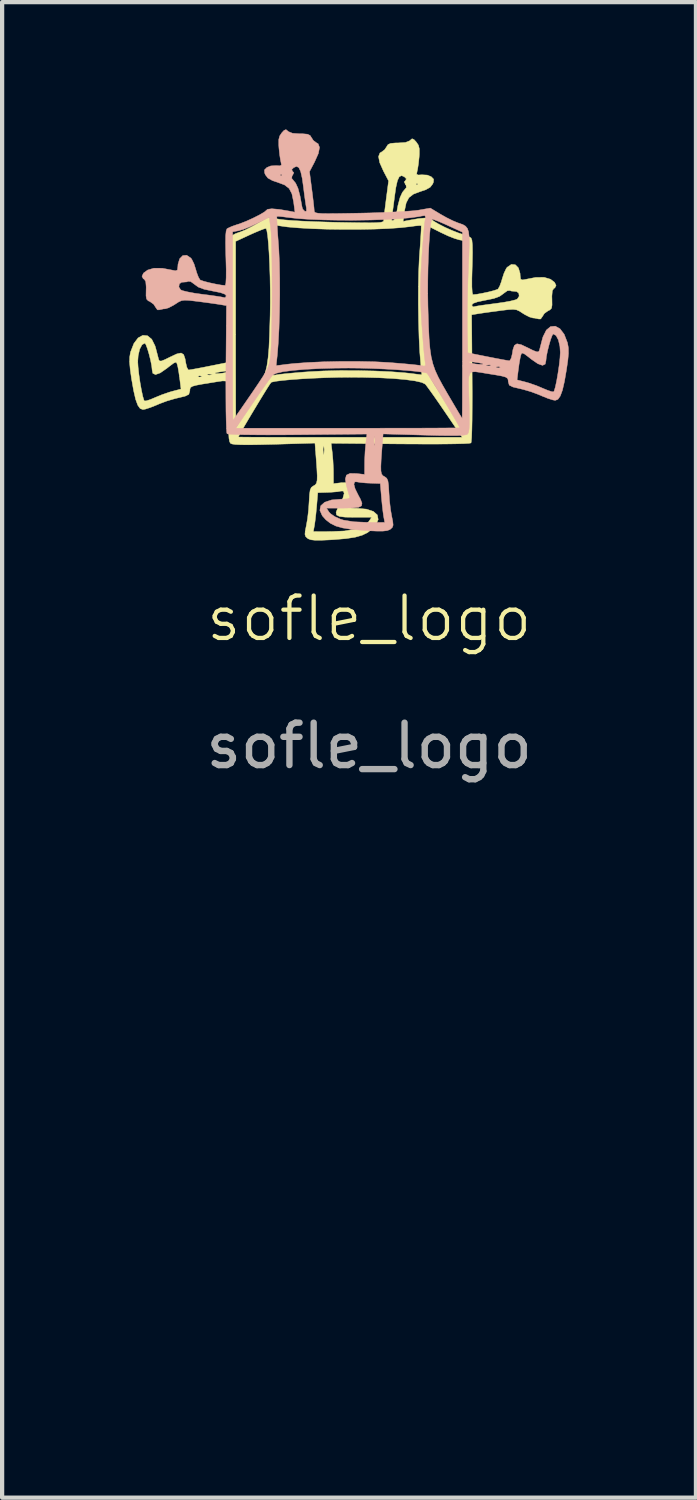
<source format=kicad_pcb>
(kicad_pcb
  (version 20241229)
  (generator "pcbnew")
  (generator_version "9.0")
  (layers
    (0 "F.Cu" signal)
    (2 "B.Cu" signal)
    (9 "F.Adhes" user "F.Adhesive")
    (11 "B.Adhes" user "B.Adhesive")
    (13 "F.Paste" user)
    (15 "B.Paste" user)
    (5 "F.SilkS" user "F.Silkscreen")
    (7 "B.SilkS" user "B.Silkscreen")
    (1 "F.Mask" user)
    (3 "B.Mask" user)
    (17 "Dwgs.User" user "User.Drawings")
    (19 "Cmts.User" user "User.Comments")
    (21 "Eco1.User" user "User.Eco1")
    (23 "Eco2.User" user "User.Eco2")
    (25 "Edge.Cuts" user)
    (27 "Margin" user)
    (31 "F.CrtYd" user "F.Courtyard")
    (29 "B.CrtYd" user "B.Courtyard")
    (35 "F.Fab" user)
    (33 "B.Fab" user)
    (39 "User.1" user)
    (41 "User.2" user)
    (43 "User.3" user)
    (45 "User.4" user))
  (footprint "sofle_logo"
    (layer "F.Cu")
    (at 5.655 29.012)
    (property "Reference" "sofle_logo" (at 0 -17.478 0) (unlocked yes) (layer "F.SilkS") (effects (font (size 1 1) (thickness 0.1))))
    (fp_poly (pts (xy 1.058 -28.77) (xy 1.109 -28.714) (xy 1.16 -28.64) (xy 1.182 -28.553) (xy 1.182 -28.425) (xy 1.177 -28.354) (xy 1.161 -28.201) (xy 1.141 -28.072) (xy 1.128 -28.013) (xy 1.118 -27.955) (xy 1.155 -27.936) (xy 1.24 -27.941) (xy 1.37 -27.934) (xy 1.463 -27.895) (xy 1.519 -27.838) (xy 1.515 -27.769) (xy 1.497 -27.725) (xy 1.438 -27.648) (xy 1.33 -27.587) (xy 1.211 -27.548) (xy 1.045 -27.486) (xy 0.937 -27.403) (xy 0.872 -27.279) (xy 0.833 -27.093) (xy 0.829 -27.069) (xy 0.8 -26.842) (xy 0.921 -26.866) (xy 1.169 -26.909) (xy 1.344 -26.924) (xy 1.443 -26.911) (xy 1.463 -26.896) (xy 1.521 -26.847) (xy 1.637 -26.779) (xy 1.787 -26.702) (xy 1.951 -26.629) (xy 2.105 -26.569) (xy 2.163 -26.55) (xy 2.288 -26.507) (xy 2.381 -26.465) (xy 2.402 -26.45) (xy 2.422 -26.4) (xy 2.433 -26.288) (xy 2.436 -26.107) (xy 2.431 -25.852) (xy 2.428 -25.761) (xy 2.421 -25.498) (xy 2.421 -25.299) (xy 2.429 -25.169) (xy 2.443 -25.116) (xy 2.446 -25.115) (xy 2.539 -25.124) (xy 2.672 -25.148) (xy 2.817 -25.179) (xy 2.944 -25.212) (xy 3.025 -25.24) (xy 3.037 -25.247) (xy 3.075 -25.31) (xy 3.117 -25.423) (xy 3.135 -25.487) (xy 3.179 -25.622) (xy 3.231 -25.731) (xy 3.253 -25.761) (xy 3.352 -25.828) (xy 3.445 -25.82) (xy 3.518 -25.746) (xy 3.557 -25.616) (xy 3.56 -25.558) (xy 3.571 -25.478) (xy 3.618 -25.462) (xy 3.666 -25.471) (xy 3.925 -25.521) (xy 4.125 -25.523) (xy 4.273 -25.479) (xy 4.369 -25.407) (xy 4.406 -25.333) (xy 4.377 -25.274) (xy 4.353 -25.261) (xy 4.318 -25.208) (xy 4.307 -25.079) (xy 4.309 -25.007) (xy 4.311 -24.87) (xy 4.298 -24.794) (xy 4.259 -24.754) (xy 4.219 -24.735) (xy 4.129 -24.671) (xy 4.089 -24.607) (xy 4.043 -24.541) (xy 3.998 -24.541) (xy 3.899 -24.562) (xy 3.859 -24.565) (xy 3.78 -24.588) (xy 3.669 -24.645) (xy 3.621 -24.675) (xy 3.541 -24.727) (xy 3.474 -24.757) (xy 3.396 -24.768) (xy 3.284 -24.762) (xy 3.116 -24.742) (xy 3.075 -24.736) (xy 2.886 -24.711) (xy 2.712 -24.687) (xy 2.584 -24.668) (xy 2.554 -24.663) (xy 2.415 -24.64) (xy 2.427 -23.148) (xy 2.429 -22.778) (xy 2.428 -22.445) (xy 2.426 -22.156) (xy 2.421 -21.921) (xy 2.415 -21.747) (xy 2.406 -21.644) (xy 2.4 -21.618) (xy 2.349 -21.609) (xy 2.222 -21.602) (xy 2.025 -21.597) (xy 1.768 -21.593) (xy 1.456 -21.592) (xy 1.1 -21.593) (xy 0.732 -21.595) (xy -0.898 -21.611) (xy -0.87 -21.384) (xy -0.854 -21.203) (xy -0.844 -21.001) (xy -0.843 -20.908) (xy -0.842 -20.659) (xy -0.653 -20.681) (xy -0.499 -20.684) (xy -0.414 -20.644) (xy -0.389 -20.55) (xy -0.413 -20.401) (xy -0.448 -20.271) (xy -0.478 -20.169) (xy -0.486 -20.146) (xy -0.489 -20.106) (xy -0.447 -20.085) (xy -0.342 -20.078) (xy -0.295 -20.078) (xy -0.066 -20.058) (xy 0.098 -20.004) (xy 0.192 -19.921) (xy 0.212 -19.813) (xy 0.155 -19.685) (xy 0.071 -19.591) (xy -0.037 -19.506) (xy -0.166 -19.443) (xy -0.33 -19.396) (xy -0.546 -19.363) (xy -0.828 -19.339) (xy -0.909 -19.334) (xy -1.126 -19.324) (xy -1.276 -19.324) (xy -1.373 -19.335) (xy -1.436 -19.358) (xy -1.453 -19.369) (xy -1.499 -19.412) (xy -1.515 -19.465) (xy -1.509 -19.527) (xy -1.318 -19.527) (xy -0.9 -19.529) (xy -0.582 -19.543) (xy -0.341 -19.583) (xy -0.275 -19.603) (xy -0.142 -19.663) (xy -0.037 -19.735) (xy -0.005 -19.771) (xy 0.057 -19.866) (xy -0.352 -19.866) (xy -0.564 -19.869) (xy -0.7 -19.885) (xy -0.77 -19.92) (xy -0.781 -19.982) (xy -0.743 -20.079) (xy -0.696 -20.165) (xy -0.619 -20.322) (xy -0.59 -20.431) (xy -0.611 -20.484) (xy -0.662 -20.484) (xy -0.745 -20.469) (xy -0.877 -20.458) (xy -0.974 -20.453) (xy -1.212 -20.446) (xy -1.239 -20.124) (xy -1.256 -19.946) (xy -1.275 -19.783) (xy -1.291 -19.669) (xy -1.292 -19.665) (xy -1.318 -19.527) (xy -1.509 -19.527) (xy -1.506 -19.555) (xy -1.483 -19.668) (xy -1.454 -19.833) (xy -1.43 -20.038) (xy -1.417 -20.234) (xy -1.407 -20.404) (xy -1.392 -20.509) (xy -1.365 -20.569) (xy -1.321 -20.602) (xy -1.313 -20.606) (xy -1.271 -20.632) (xy -1.243 -20.671) (xy -1.228 -20.739) (xy -1.226 -20.848) (xy -1.234 -21.013) (xy -1.251 -21.248) (xy -1.252 -21.259) (xy -1.267 -21.453) (xy -1.086 -21.453) (xy -1.082 -21.366) (xy -1.073 -21.344) (xy -1.067 -21.358) (xy -1.059 -21.459) (xy -1.066 -21.527) (xy -1.078 -21.55) (xy -1.085 -21.5) (xy -1.086 -21.453) (xy -1.267 -21.453) (xy -1.279 -21.615) (xy -2.247 -21.586) (xy -2.58 -21.578) (xy -2.836 -21.574) (xy -3.025 -21.576) (xy -3.155 -21.582) (xy -3.235 -21.594) (xy -3.271 -21.61) (xy -3.292 -21.649) (xy -3.306 -21.727) (xy -3.308 -21.758) (xy -3.086 -21.758) (xy -3.045 -21.757) (xy -2.926 -21.755) (xy -2.737 -21.754) (xy -2.485 -21.753) (xy -2.177 -21.752) (xy -1.82 -21.751) (xy -1.422 -21.75) (xy -0.989 -21.75) (xy -0.529 -21.75) (xy -0.446 -21.75) (xy 2.194 -21.75) (xy 1.791 -22.342) (xy 1.653 -22.544) (xy 1.527 -22.725) (xy 1.422 -22.872) (xy 1.349 -22.971) (xy 1.321 -23.005) (xy 1.239 -23.045) (xy 1.082 -23.081) (xy 0.856 -23.112) (xy 0.571 -23.137) (xy 0.234 -23.155) (xy -0.145 -23.165) (xy -0.464 -23.168) (xy -0.733 -23.165) (xy -1.018 -23.157) (xy -1.306 -23.145) (xy -1.582 -23.13) (xy -1.834 -23.112) (xy -2.046 -23.092) (xy -2.206 -23.072) (xy -2.299 -23.052) (xy -2.313 -23.045) (xy -2.342 -23.005) (xy -2.405 -22.907) (xy -2.493 -22.765) (xy -2.598 -22.593) (xy -2.71 -22.407) (xy -2.822 -22.22) (xy -2.924 -22.048) (xy -3.008 -21.903) (xy -3.065 -21.802) (xy -3.086 -21.758) (xy -3.086 -21.758) (xy -3.308 -21.758) (xy -3.313 -21.855) (xy -3.314 -22.043) (xy -3.308 -22.303) (xy -3.306 -22.373) (xy -3.298 -22.64) (xy -3.294 -22.834) (xy -3.301 -22.964) (xy -3.326 -23.042) (xy -3.375 -23.077) (xy -3.456 -23.081) (xy -3.575 -23.064) (xy -3.721 -23.04) (xy -3.934 -23.006) (xy -4.077 -22.979) (xy -4.165 -22.955) (xy -4.21 -22.928) (xy -4.226 -22.892) (xy -4.229 -22.848) (xy -4.253 -22.764) (xy -4.338 -22.722) (xy -4.345 -22.72) (xy -4.581 -22.663) (xy -4.766 -22.609) (xy -4.933 -22.547) (xy -5.024 -22.508) (xy -5.163 -22.453) (xy -5.281 -22.415) (xy -5.337 -22.406) (xy -5.401 -22.43) (xy -5.456 -22.507) (xy -5.507 -22.646) (xy -5.555 -22.854) (xy -5.604 -23.132) (xy -5.635 -23.355) (xy -5.65 -23.517) (xy -5.65 -23.538) (xy -5.457 -23.538) (xy -5.449 -23.406) (xy -5.43 -23.234) (xy -5.403 -23.047) (xy -5.371 -22.867) (xy -5.339 -22.717) (xy -5.31 -22.623) (xy -5.304 -22.61) (xy -5.259 -22.61) (xy -5.162 -22.641) (xy -5.065 -22.682) (xy -4.896 -22.752) (xy -4.717 -22.814) (xy -4.641 -22.836) (xy -4.437 -22.889) (xy -4.466 -23.121) (xy -4.474 -23.178) (xy -4.041 -23.178) (xy -4 -23.171) (xy -3.945 -23.179) (xy -3.944 -23.193) (xy -4.001 -23.204) (xy -4.025 -23.197) (xy -4.041 -23.178) (xy -4.474 -23.178) (xy -4.48 -23.223) (xy -3.822 -23.223) (xy -3.763 -23.217) (xy -3.703 -23.224) (xy -3.71 -23.238) (xy -3.797 -23.244) (xy -3.816 -23.238) (xy -3.822 -23.223) (xy -4.48 -23.223) (xy -4.487 -23.268) (xy -3.633 -23.268) (xy -3.619 -23.255) (xy -3.551 -23.254) (xy -3.457 -23.264) (xy -3.366 -23.281) (xy -3.319 -23.296) (xy -3.294 -23.316) (xy -3.352 -23.316) (xy -3.425 -23.308) (xy -3.543 -23.29) (xy -3.619 -23.273) (xy -3.633 -23.268) (xy -4.487 -23.268) (xy -4.487 -23.272) (xy -4.51 -23.403) (xy -4.522 -23.455) (xy -4.539 -23.506) (xy -4.564 -23.522) (xy -4.616 -23.497) (xy -4.709 -23.427) (xy -4.771 -23.378) (xy -4.928 -23.269) (xy -5.038 -23.23) (xy -5.102 -23.26) (xy -5.118 -23.338) (xy -5.128 -23.434) (xy -5.154 -23.566) (xy -5.19 -23.71) (xy -5.229 -23.841) (xy -5.265 -23.937) (xy -5.29 -23.972) (xy -5.357 -23.933) (xy -5.412 -23.828) (xy -5.447 -23.677) (xy -5.457 -23.538) (xy -5.65 -23.538) (xy -5.648 -23.641) (xy -5.63 -23.748) (xy -5.625 -23.767) (xy -5.548 -23.964) (xy -5.449 -24.095) (xy -5.338 -24.156) (xy -5.227 -24.146) (xy -5.127 -24.063) (xy -5.049 -23.906) (xy -5.035 -23.859) (xy -5 -23.725) (xy -4.972 -23.617) (xy -4.964 -23.585) (xy -4.945 -23.552) (xy -4.901 -23.55) (xy -4.815 -23.584) (xy -4.692 -23.645) (xy -4.536 -23.718) (xy -4.435 -23.739) (xy -4.375 -23.702) (xy -4.341 -23.602) (xy -4.326 -23.512) (xy -4.301 -23.404) (xy -4.268 -23.344) (xy -4.255 -23.339) (xy -4.197 -23.348) (xy -4.074 -23.37) (xy -3.906 -23.402) (xy -3.742 -23.435) (xy -3.276 -23.528) (xy -3.265 -24.098) (xy -3.263 -24.329) (xy -3.265 -24.618) (xy -3.271 -24.94) (xy -3.28 -25.267) (xy -3.29 -25.534) (xy -3.303 -25.844) (xy -3.31 -26.079) (xy -3.308 -26.253) (xy -3.295 -26.371) (xy -3.149 -26.371) (xy -3.149 -24.177) (xy -3.149 -23.755) (xy -3.149 -23.359) (xy -3.148 -22.999) (xy -3.148 -22.68) (xy -3.147 -22.412) (xy -3.146 -22.202) (xy -3.145 -22.058) (xy -3.143 -21.988) (xy -3.143 -21.983) (xy -3.12 -22.017) (xy -3.063 -22.113) (xy -2.977 -22.257) (xy -2.871 -22.437) (xy -2.796 -22.565) (xy -2.677 -22.771) (xy -2.582 -22.948) (xy -2.508 -23.108) (xy -2.453 -23.265) (xy -2.412 -23.433) (xy -2.384 -23.626) (xy -2.364 -23.857) (xy -2.351 -24.141) (xy -2.34 -24.491) (xy -2.336 -24.635) (xy -2.332 -24.926) (xy -2.333 -25.23) (xy -2.338 -25.535) (xy -2.348 -25.828) (xy -2.361 -26.097) (xy -2.377 -26.329) (xy -2.395 -26.512) (xy -2.415 -26.633) (xy -2.432 -26.676) (xy -2.475 -26.668) (xy -2.577 -26.629) (xy -2.719 -26.569) (xy -2.799 -26.533) (xy -3.149 -26.371) (xy -3.295 -26.371) (xy -3.295 -26.376) (xy -3.267 -26.459) (xy -3.223 -26.513) (xy -3.159 -26.55) (xy -3.073 -26.582) (xy -3.039 -26.593) (xy -2.921 -26.641) (xy -2.768 -26.718) (xy -2.751 -26.727) (xy -2.28 -26.727) (xy -2.268 -26.656) (xy -2.257 -26.575) (xy -2.242 -26.426) (xy -2.225 -26.224) (xy -2.206 -25.987) (xy -2.19 -25.761) (xy -2.169 -25.4) (xy -2.159 -25.087) (xy -2.161 -24.785) (xy -2.175 -24.46) (xy -2.19 -24.216) (xy -2.209 -23.96) (xy -2.227 -23.726) (xy -2.244 -23.53) (xy -2.259 -23.388) (xy -2.268 -23.32) (xy -2.279 -23.236) (xy -2.251 -23.213) (xy -2.192 -23.223) (xy -2.117 -23.235) (xy -1.973 -23.251) (xy -1.78 -23.269) (xy -1.553 -23.288) (xy -1.414 -23.298) (xy -1.074 -23.316) (xy -0.688 -23.325) (xy -0.281 -23.324) (xy 0.124 -23.315) (xy 0.504 -23.298) (xy 0.835 -23.273) (xy 0.973 -23.258) (xy 1.242 -23.224) (xy 1.215 -23.482) (xy 1.192 -23.762) (xy 1.175 -24.105) (xy 1.164 -24.487) (xy 1.158 -24.886) (xy 1.158 -24.976) (xy 1.339 -24.976) (xy 1.34 -24.643) (xy 1.344 -24.324) (xy 1.349 -24.033) (xy 1.356 -23.784) (xy 1.365 -23.591) (xy 1.373 -23.499) (xy 1.387 -23.38) (xy 1.404 -23.283) (xy 1.432 -23.193) (xy 1.478 -23.095) (xy 1.549 -22.975) (xy 1.653 -22.817) (xy 1.795 -22.608) (xy 1.83 -22.557) (xy 1.967 -22.358) (xy 2.086 -22.186) (xy 2.18 -22.051) (xy 2.241 -21.966) (xy 2.261 -21.94) (xy 2.262 -21.981) (xy 2.264 -22.099) (xy 2.265 -22.286) (xy 2.266 -22.534) (xy 2.267 -22.836) (xy 2.268 -23.183) (xy 2.269 -23.567) (xy 2.269 -23.982) (xy 2.269 -24.16) (xy 2.269 -24.87) (xy 2.417 -24.87) (xy 2.446 -24.828) (xy 2.471 -24.83) (xy 2.533 -24.844) (xy 2.659 -24.864) (xy 2.829 -24.887) (xy 2.973 -24.906) (xy 3.166 -24.933) (xy 3.331 -24.963) (xy 3.449 -24.993) (xy 3.492 -25.011) (xy 3.536 -25.079) (xy 3.526 -25.151) (xy 3.47 -25.192) (xy 3.439 -25.192) (xy 3.348 -25.2) (xy 3.32 -25.212) (xy 3.257 -25.207) (xy 3.172 -25.146) (xy 3.167 -25.141) (xy 3.075 -25.075) (xy 2.94 -25.025) (xy 2.741 -24.984) (xy 2.74 -24.984) (xy 2.556 -24.946) (xy 2.451 -24.909) (xy 2.417 -24.87) (xy 2.269 -24.87) (xy 2.269 -26.38) (xy 2.124 -26.407) (xy 2.013 -26.44) (xy 1.86 -26.5) (xy 1.698 -26.576) (xy 1.693 -26.578) (xy 1.407 -26.722) (xy 1.373 -26.479) (xy 1.362 -26.358) (xy 1.353 -26.167) (xy 1.347 -25.919) (xy 1.342 -25.628) (xy 1.339 -25.309) (xy 1.339 -24.976) (xy 1.158 -24.976) (xy 1.159 -25.281) (xy 1.166 -25.649) (xy 1.18 -25.967) (xy 1.188 -26.082) (xy 1.205 -26.306) (xy 1.217 -26.498) (xy 1.225 -26.644) (xy 1.227 -26.728) (xy 1.225 -26.743) (xy 1.179 -26.744) (xy 1.075 -26.734) (xy 0.978 -26.72) (xy 0.742 -26.694) (xy 0.45 -26.673) (xy 0.116 -26.66) (xy -0.246 -26.653) (xy -0.618 -26.653) (xy -0.988 -26.658) (xy -1.339 -26.67) (xy -1.657 -26.688) (xy -1.927 -26.711) (xy -2.132 -26.74) (xy -2.192 -26.753) (xy -2.262 -26.763) (xy -2.28 -26.727) (xy -2.751 -26.727) (xy -2.639 -26.791) (xy -2.392 -26.94) (xy -2.114 -26.891) (xy -1.995 -26.877) (xy -1.806 -26.862) (xy -1.563 -26.848) (xy -1.281 -26.836) (xy -0.975 -26.826) (xy -0.747 -26.82) (xy -0.415 -26.814) (xy -0.159 -26.81) (xy 0.033 -26.809) (xy 0.168 -26.812) (xy 0.257 -26.818) (xy 0.31 -26.829) (xy 0.336 -26.845) (xy 0.344 -26.867) (xy 0.344 -26.869) (xy 0.528 -26.869) (xy 0.563 -26.861) (xy 0.615 -26.913) (xy 0.631 -26.96) (xy 0.678 -27.221) (xy 0.728 -27.407) (xy 0.783 -27.527) (xy 0.818 -27.57) (xy 0.876 -27.64) (xy 0.868 -27.697) (xy 0.855 -27.713) (xy 0.853 -27.719) (xy 1.105 -27.719) (xy 1.126 -27.698) (xy 1.147 -27.719) (xy 1.126 -27.74) (xy 1.105 -27.719) (xy 0.853 -27.719) (xy 0.826 -27.772) (xy 0.855 -27.806) (xy 0.877 -27.845) (xy 0.831 -27.892) (xy 0.763 -27.922) (xy 0.708 -27.894) (xy 0.665 -27.802) (xy 0.628 -27.638) (xy 0.6 -27.441) (xy 0.576 -27.254) (xy 0.554 -27.09) (xy 0.536 -26.974) (xy 0.53 -26.942) (xy 0.528 -26.869) (xy 0.344 -26.869) (xy 0.345 -26.878) (xy 0.351 -26.952) (xy 0.365 -27.088) (xy 0.387 -27.263) (xy 0.402 -27.378) (xy 0.457 -27.798) (xy 0.337 -28.027) (xy 0.248 -28.227) (xy 0.22 -28.37) (xy 0.253 -28.456) (xy 0.29 -28.477) (xy 0.365 -28.533) (xy 0.407 -28.597) (xy 0.443 -28.653) (xy 0.504 -28.681) (xy 0.614 -28.691) (xy 0.682 -28.692) (xy 0.857 -28.704) (xy 0.956 -28.743) (xy 0.967 -28.755) (xy 1.011 -28.791) (xy 1.058 -28.77)) (stroke (width 0.01) (type solid)) (fill yes) (layer "F.SilkS"))
    (fp_poly (pts (xy -2.009 -28.987) (xy -2.061 -28.931) (xy -2.111 -28.856) (xy -2.133 -28.77) (xy -2.133 -28.642) (xy -2.128 -28.571) (xy -2.112 -28.418) (xy -2.092 -28.289) (xy -2.079 -28.229) (xy -2.069 -28.171) (xy -2.106 -28.152) (xy -2.191 -28.158) (xy -2.321 -28.15) (xy -2.414 -28.112) (xy -2.47 -28.055) (xy -2.466 -27.985) (xy -2.448 -27.942) (xy -2.389 -27.864) (xy -2.281 -27.804) (xy -2.162 -27.764) (xy -1.996 -27.702) (xy -1.888 -27.619) (xy -1.823 -27.495) (xy -1.784 -27.309) (xy -1.78 -27.285) (xy -1.751 -27.059) (xy -1.872 -27.083) (xy -2.12 -27.125) (xy -2.295 -27.14) (xy -2.395 -27.128) (xy -2.414 -27.113) (xy -2.472 -27.063) (xy -2.588 -26.995) (xy -2.739 -26.919) (xy -2.902 -26.845) (xy -3.056 -26.785) (xy -3.115 -26.767) (xy -3.239 -26.724) (xy -3.332 -26.681) (xy -3.354 -26.667) (xy -3.373 -26.616) (xy -3.385 -26.504) (xy -3.387 -26.324) (xy -3.382 -26.068) (xy -3.379 -25.977) (xy -3.372 -25.715) (xy -3.373 -25.515) (xy -3.38 -25.386) (xy -3.394 -25.333) (xy -3.397 -25.332) (xy -3.49 -25.341) (xy -3.623 -25.365) (xy -3.768 -25.396) (xy -3.895 -25.429) (xy -3.977 -25.457) (xy -3.988 -25.464) (xy -4.026 -25.526) (xy -4.069 -25.639) (xy -4.087 -25.703) (xy -4.13 -25.839) (xy -4.183 -25.948) (xy -4.204 -25.977) (xy -4.303 -26.044) (xy -4.396 -26.036) (xy -4.469 -25.962) (xy -4.508 -25.832) (xy -4.512 -25.774) (xy -4.522 -25.695) (xy -4.569 -25.678) (xy -4.617 -25.688) (xy -4.876 -25.737) (xy -5.076 -25.739) (xy -5.224 -25.695) (xy -5.321 -25.624) (xy -5.357 -25.549) (xy -5.328 -25.49) (xy -5.304 -25.478) (xy -5.269 -25.424) (xy -5.258 -25.296) (xy -5.26 -25.223) (xy -5.262 -25.087) (xy -5.249 -25.011) (xy -5.211 -24.97) (xy -5.17 -24.952) (xy -5.081 -24.888) (xy -5.04 -24.823) (xy -4.994 -24.757) (xy -4.949 -24.757) (xy -4.85 -24.779) (xy -4.81 -24.781) (xy -4.731 -24.804) (xy -4.62 -24.862) (xy -4.572 -24.892) (xy -4.492 -24.944) (xy -4.425 -24.974) (xy -4.347 -24.984) (xy -4.235 -24.978) (xy -4.067 -24.958) (xy -4.026 -24.953) (xy -3.837 -24.928) (xy -3.664 -24.904) (xy -3.535 -24.885) (xy -3.505 -24.88) (xy -3.366 -24.856) (xy -3.378 -23.365) (xy -3.38 -22.995) (xy -3.379 -22.661) (xy -3.377 -22.373) (xy -3.372 -22.137) (xy -3.366 -21.963) (xy -3.358 -21.86) (xy -3.351 -21.835) (xy -3.3 -21.826) (xy -3.173 -21.819) (xy -2.976 -21.813) (xy -2.719 -21.81) (xy -2.408 -21.808) (xy -2.051 -21.809) (xy -1.683 -21.812) (xy -0.054 -21.828) (xy -0.081 -21.601) (xy -0.097 -21.42) (xy -0.107 -21.217) (xy -0.108 -21.125) (xy -0.109 -20.876) (xy -0.299 -20.897) (xy -0.452 -20.9) (xy -0.537 -20.86) (xy -0.563 -20.767) (xy -0.538 -20.617) (xy -0.503 -20.488) (xy -0.473 -20.385) (xy -0.465 -20.363) (xy -0.462 -20.322) (xy -0.504 -20.301) (xy -0.609 -20.294) (xy -0.656 -20.294) (xy -0.886 -20.275) (xy -1.049 -20.221) (xy -1.143 -20.137) (xy -1.163 -20.029) (xy -1.106 -19.901) (xy -1.022 -19.807) (xy -0.914 -19.723) (xy -0.785 -19.659) (xy -0.621 -19.613) (xy -0.405 -19.579) (xy -0.123 -19.555) (xy -0.042 -19.55) (xy 0.175 -19.54) (xy 0.324 -19.54) (xy 0.422 -19.551) (xy 0.485 -19.575) (xy 0.502 -19.586) (xy 0.547 -19.629) (xy 0.564 -19.682) (xy 0.558 -19.744) (xy 0.366 -19.744) (xy -0.051 -19.746) (xy -0.37 -19.76) (xy -0.611 -19.8) (xy -0.676 -19.82) (xy -0.809 -19.88) (xy -0.914 -19.952) (xy -0.946 -19.987) (xy -1.008 -20.082) (xy -0.6 -20.082) (xy -0.387 -20.086) (xy -0.251 -20.101) (xy -0.181 -20.136) (xy -0.17 -20.199) (xy -0.208 -20.296) (xy -0.255 -20.382) (xy -0.332 -20.538) (xy -0.361 -20.647) (xy -0.34 -20.701) (xy -0.289 -20.7) (xy -0.206 -20.686) (xy -0.074 -20.674) (xy 0.023 -20.67) (xy 0.261 -20.662) (xy 0.288 -20.341) (xy 0.305 -20.163) (xy 0.324 -20) (xy 0.34 -19.885) (xy 0.341 -19.881) (xy 0.366 -19.744) (xy 0.558 -19.744) (xy 0.555 -19.771) (xy 0.532 -19.884) (xy 0.503 -20.05) (xy 0.479 -20.255) (xy 0.466 -20.45) (xy 0.456 -20.621) (xy 0.441 -20.726) (xy 0.414 -20.785) (xy 0.37 -20.819) (xy 0.362 -20.823) (xy 0.32 -20.848) (xy 0.292 -20.888) (xy 0.277 -20.955) (xy 0.275 -21.064) (xy 0.282 -21.229) (xy 0.299 -21.464) (xy 0.3 -21.475) (xy 0.315 -21.67) (xy 0.134 -21.67) (xy 0.131 -21.583) (xy 0.121 -21.56) (xy 0.116 -21.574) (xy 0.108 -21.676) (xy 0.115 -21.743) (xy 0.126 -21.767) (xy 0.133 -21.716) (xy 0.134 -21.67) (xy 0.315 -21.67) (xy 0.328 -21.831) (xy 1.296 -21.803) (xy 1.629 -21.794) (xy 1.885 -21.791) (xy 2.074 -21.792) (xy 2.204 -21.799) (xy 2.284 -21.811) (xy 2.32 -21.827) (xy 2.341 -21.866) (xy 2.355 -21.944) (xy 2.357 -21.975) (xy 2.135 -21.975) (xy 2.094 -21.973) (xy 1.975 -21.972) (xy 1.786 -21.971) (xy 1.534 -21.969) (xy 1.226 -21.968) (xy 0.869 -21.967) (xy 0.471 -21.967) (xy 0.038 -21.966) (xy -0.422 -21.966) (xy -0.505 -21.966) (xy -3.145 -21.966) (xy -2.742 -22.559) (xy -2.604 -22.761) (xy -2.478 -22.941) (xy -2.374 -23.088) (xy -2.3 -23.187) (xy -2.272 -23.222) (xy -2.19 -23.262) (xy -2.033 -23.298) (xy -1.807 -23.328) (xy -1.522 -23.353) (xy -1.185 -23.371) (xy -0.806 -23.382) (xy -0.488 -23.385) (xy -0.218 -23.382) (xy 0.067 -23.374) (xy 0.355 -23.362) (xy 0.631 -23.346) (xy 0.883 -23.328) (xy 1.095 -23.308) (xy 1.255 -23.288) (xy 1.348 -23.268) (xy 1.362 -23.262) (xy 1.391 -23.222) (xy 1.454 -23.123) (xy 1.542 -22.981) (xy 1.647 -22.81) (xy 1.759 -22.623) (xy 1.871 -22.437) (xy 1.973 -22.264) (xy 2.057 -22.12) (xy 2.113 -22.019) (xy 2.135 -21.975) (xy 2.135 -21.975) (xy 2.357 -21.975) (xy 2.362 -22.072) (xy 2.362 -22.26) (xy 2.357 -22.519) (xy 2.355 -22.589) (xy 2.347 -22.857) (xy 2.342 -23.05) (xy 2.35 -23.181) (xy 2.375 -23.258) (xy 2.424 -23.293) (xy 2.505 -23.297) (xy 2.623 -23.281) (xy 2.77 -23.256) (xy 2.983 -23.222) (xy 3.126 -23.196) (xy 3.213 -23.172) (xy 3.258 -23.144) (xy 3.275 -23.109) (xy 3.278 -23.064) (xy 3.302 -22.981) (xy 3.387 -22.938) (xy 3.394 -22.936) (xy 3.63 -22.88) (xy 3.815 -22.826) (xy 3.982 -22.764) (xy 4.073 -22.725) (xy 4.212 -22.669) (xy 4.33 -22.632) (xy 4.386 -22.622) (xy 4.449 -22.646) (xy 4.505 -22.724) (xy 4.556 -22.862) (xy 4.604 -23.07) (xy 4.652 -23.348) (xy 4.684 -23.571) (xy 4.699 -23.734) (xy 4.698 -23.754) (xy 4.505 -23.754) (xy 4.498 -23.622) (xy 4.479 -23.451) (xy 4.451 -23.263) (xy 4.42 -23.083) (xy 4.388 -22.934) (xy 4.359 -22.839) (xy 4.352 -22.826) (xy 4.308 -22.826) (xy 4.211 -22.858) (xy 4.114 -22.898) (xy 3.945 -22.969) (xy 3.766 -23.031) (xy 3.69 -23.053) (xy 3.486 -23.105) (xy 3.515 -23.338) (xy 3.523 -23.394) (xy 3.09 -23.394) (xy 3.048 -23.388) (xy 2.994 -23.396) (xy 2.993 -23.41) (xy 3.05 -23.42) (xy 3.074 -23.413) (xy 3.09 -23.394) (xy 3.523 -23.394) (xy 3.529 -23.439) (xy 2.87 -23.439) (xy 2.812 -23.433) (xy 2.752 -23.44) (xy 2.759 -23.455) (xy 2.846 -23.46) (xy 2.865 -23.455) (xy 2.87 -23.439) (xy 3.529 -23.439) (xy 3.535 -23.484) (xy 2.682 -23.484) (xy 2.668 -23.471) (xy 2.6 -23.471) (xy 2.506 -23.48) (xy 2.415 -23.497) (xy 2.368 -23.512) (xy 2.343 -23.532) (xy 2.401 -23.533) (xy 2.473 -23.525) (xy 2.591 -23.507) (xy 2.668 -23.49) (xy 2.682 -23.484) (xy 3.535 -23.484) (xy 3.536 -23.489) (xy 3.559 -23.619) (xy 3.571 -23.671) (xy 3.587 -23.722) (xy 3.613 -23.738) (xy 3.665 -23.714) (xy 3.758 -23.644) (xy 3.819 -23.595) (xy 3.977 -23.486) (xy 4.087 -23.447) (xy 4.15 -23.477) (xy 4.167 -23.554) (xy 4.177 -23.651) (xy 4.203 -23.783) (xy 4.239 -23.926) (xy 4.278 -24.058) (xy 4.314 -24.153) (xy 4.339 -24.189) (xy 4.406 -24.15) (xy 4.461 -24.045) (xy 4.496 -23.894) (xy 4.505 -23.754) (xy 4.698 -23.754) (xy 4.697 -23.858) (xy 4.678 -23.965) (xy 4.674 -23.983) (xy 4.597 -24.181) (xy 4.498 -24.311) (xy 4.387 -24.372) (xy 4.276 -24.362) (xy 4.176 -24.279) (xy 4.098 -24.122) (xy 4.084 -24.076) (xy 4.049 -23.941) (xy 4.021 -23.833) (xy 4.012 -23.801) (xy 3.993 -23.768) (xy 3.95 -23.767) (xy 3.864 -23.8) (xy 3.741 -23.861) (xy 3.585 -23.935) (xy 3.484 -23.956) (xy 3.424 -23.919) (xy 3.389 -23.819) (xy 3.375 -23.728) (xy 3.35 -23.621) (xy 3.316 -23.561) (xy 3.304 -23.556) (xy 3.245 -23.565) (xy 3.123 -23.587) (xy 2.955 -23.619) (xy 2.791 -23.651) (xy 2.325 -23.744) (xy 2.313 -24.314) (xy 2.312 -24.545) (xy 2.314 -24.835) (xy 2.32 -25.156) (xy 2.329 -25.484) (xy 2.339 -25.751) (xy 2.352 -26.06) (xy 2.359 -26.296) (xy 2.357 -26.469) (xy 2.344 -26.588) (xy 2.198 -26.588) (xy 2.198 -24.393) (xy 2.198 -23.971) (xy 2.198 -23.576) (xy 2.197 -23.215) (xy 2.196 -22.897) (xy 2.196 -22.629) (xy 2.195 -22.419) (xy 2.193 -22.275) (xy 2.192 -22.205) (xy 2.192 -22.199) (xy 2.169 -22.234) (xy 2.111 -22.329) (xy 2.026 -22.473) (xy 1.92 -22.653) (xy 1.845 -22.781) (xy 1.726 -22.988) (xy 1.631 -23.164) (xy 1.557 -23.324) (xy 1.502 -23.481) (xy 1.461 -23.649) (xy 1.433 -23.842) (xy 1.413 -24.074) (xy 1.4 -24.357) (xy 1.389 -24.707) (xy 1.385 -24.852) (xy 1.381 -25.142) (xy 1.382 -25.446) (xy 1.387 -25.751) (xy 1.397 -26.044) (xy 1.41 -26.313) (xy 1.426 -26.545) (xy 1.444 -26.728) (xy 1.464 -26.849) (xy 1.481 -26.893) (xy 1.524 -26.884) (xy 1.626 -26.846) (xy 1.768 -26.785) (xy 1.848 -26.749) (xy 2.198 -26.588) (xy 2.344 -26.588) (xy 2.344 -26.592) (xy 2.316 -26.675) (xy 2.271 -26.73) (xy 2.208 -26.767) (xy 2.121 -26.798) (xy 2.088 -26.809) (xy 1.97 -26.858) (xy 1.817 -26.934) (xy 1.8 -26.944) (xy 1.329 -26.944) (xy 1.317 -26.872) (xy 1.306 -26.791) (xy 1.291 -26.642) (xy 1.274 -26.441) (xy 1.255 -26.203) (xy 1.239 -25.977) (xy 1.218 -25.616) (xy 1.208 -25.303) (xy 1.21 -25.002) (xy 1.224 -24.676) (xy 1.239 -24.432) (xy 1.258 -24.176) (xy 1.276 -23.942) (xy 1.293 -23.746) (xy 1.308 -23.604) (xy 1.317 -23.537) (xy 1.328 -23.453) (xy 1.3 -23.429) (xy 1.241 -23.44) (xy 1.165 -23.451) (xy 1.022 -23.467) (xy 0.828 -23.485) (xy 0.601 -23.504) (xy 0.463 -23.515) (xy 0.123 -23.533) (xy -0.263 -23.541) (xy -0.67 -23.541) (xy -1.075 -23.532) (xy -1.455 -23.515) (xy -1.786 -23.49) (xy -1.924 -23.475) (xy -2.194 -23.441) (xy -2.166 -23.698) (xy -2.144 -23.979) (xy -2.126 -24.321) (xy -2.115 -24.703) (xy -2.109 -25.103) (xy -2.109 -25.193) (xy -2.29 -25.193) (xy -2.291 -24.86) (xy -2.295 -24.541) (xy -2.3 -24.25) (xy -2.307 -24.001) (xy -2.317 -23.808) (xy -2.324 -23.715) (xy -2.338 -23.596) (xy -2.355 -23.499) (xy -2.384 -23.409) (xy -2.43 -23.312) (xy -2.501 -23.191) (xy -2.604 -23.034) (xy -2.746 -22.824) (xy -2.781 -22.773) (xy -2.918 -22.574) (xy -3.037 -22.402) (xy -3.131 -22.268) (xy -3.192 -22.182) (xy -3.212 -22.157) (xy -3.213 -22.198) (xy -3.215 -22.316) (xy -3.216 -22.503) (xy -3.218 -22.751) (xy -3.219 -23.052) (xy -3.219 -23.399) (xy -3.22 -23.784) (xy -3.22 -24.198) (xy -3.22 -24.377) (xy -3.22 -25.086) (xy -3.369 -25.086) (xy -3.397 -25.044) (xy -3.422 -25.047) (xy -3.484 -25.06) (xy -3.61 -25.08) (xy -3.78 -25.104) (xy -3.925 -25.122) (xy -4.117 -25.149) (xy -4.282 -25.18) (xy -4.4 -25.209) (xy -4.444 -25.228) (xy -4.488 -25.296) (xy -4.477 -25.368) (xy -4.421 -25.409) (xy -4.39 -25.409) (xy -4.299 -25.416) (xy -4.271 -25.429) (xy -4.208 -25.423) (xy -4.123 -25.362) (xy -4.118 -25.357) (xy -4.027 -25.292) (xy -3.892 -25.242) (xy -3.692 -25.2) (xy -3.692 -25.2) (xy -3.507 -25.163) (xy -3.402 -25.125) (xy -3.369 -25.086) (xy -3.22 -25.086) (xy -3.22 -26.596) (xy -3.075 -26.624) (xy -2.964 -26.656) (xy -2.811 -26.717) (xy -2.649 -26.792) (xy -2.644 -26.795) (xy -2.358 -26.938) (xy -2.324 -26.696) (xy -2.313 -26.575) (xy -2.304 -26.383) (xy -2.298 -26.135) (xy -2.293 -25.845) (xy -2.291 -25.526) (xy -2.29 -25.193) (xy -2.109 -25.193) (xy -2.11 -25.498) (xy -2.117 -25.865) (xy -2.131 -26.183) (xy -2.139 -26.298) (xy -2.156 -26.523) (xy -2.168 -26.715) (xy -2.176 -26.861) (xy -2.178 -26.945) (xy -2.176 -26.96) (xy -2.13 -26.961) (xy -2.026 -26.95) (xy -1.929 -26.937) (xy -1.694 -26.91) (xy -1.401 -26.89) (xy -1.067 -26.877) (xy -0.706 -26.87) (xy -0.333 -26.869) (xy 0.037 -26.875) (xy 0.388 -26.887) (xy 0.706 -26.904) (xy 0.975 -26.928) (xy 1.181 -26.957) (xy 1.241 -26.97) (xy 1.311 -26.979) (xy 1.329 -26.944) (xy 1.8 -26.944) (xy 1.688 -27.007) (xy 1.441 -27.156) (xy 1.163 -27.107) (xy 1.044 -27.093) (xy 0.855 -27.079) (xy 0.611 -27.065) (xy 0.329 -27.053) (xy 0.024 -27.042) (xy -0.204 -27.037) (xy -0.536 -27.031) (xy -0.792 -27.027) (xy -0.984 -27.026) (xy -1.119 -27.028) (xy -1.208 -27.035) (xy -1.261 -27.046) (xy -1.287 -27.062) (xy -1.295 -27.084) (xy -1.295 -27.085) (xy -1.479 -27.085) (xy -1.515 -27.077) (xy -1.566 -27.13) (xy -1.582 -27.177) (xy -1.63 -27.438) (xy -1.679 -27.623) (xy -1.734 -27.743) (xy -1.77 -27.787) (xy -1.827 -27.857) (xy -1.819 -27.913) (xy -1.807 -27.93) (xy -1.804 -27.935) (xy -2.056 -27.935) (xy -2.077 -27.914) (xy -2.099 -27.935) (xy -2.077 -27.956) (xy -2.056 -27.935) (xy -1.804 -27.935) (xy -1.777 -27.989) (xy -1.807 -28.023) (xy -1.828 -28.062) (xy -1.782 -28.109) (xy -1.714 -28.139) (xy -1.66 -28.111) (xy -1.616 -28.019) (xy -1.579 -27.855) (xy -1.551 -27.657) (xy -1.528 -27.471) (xy -1.505 -27.307) (xy -1.487 -27.19) (xy -1.481 -27.158) (xy -1.479 -27.085) (xy -1.295 -27.085) (xy -1.296 -27.094) (xy -1.302 -27.169) (xy -1.317 -27.304) (xy -1.338 -27.479) (xy -1.353 -27.594) (xy -1.408 -28.015) (xy -1.288 -28.244) (xy -1.199 -28.443) (xy -1.171 -28.586) (xy -1.204 -28.673) (xy -1.242 -28.694) (xy -1.316 -28.749) (xy -1.358 -28.813) (xy -1.394 -28.869) (xy -1.455 -28.898) (xy -1.566 -28.908) (xy -1.633 -28.908) (xy -1.808 -28.92) (xy -1.907 -28.96) (xy -1.919 -28.972) (xy -1.962 -29.007) (xy -2.009 -28.987)) (stroke (width 0.01) (type solid)) (fill yes) (layer "B.SilkS"))
    (fp_text user "${REFERENCE}" (at 0 -14.478 0) (unlocked yes) (layer "F.Fab") (effects (font (size 1 1) (thickness 0.15)))))
  (gr_rect
    (start -3 -3)
    (end 13.359 32.262)
    (stroke (width 0.1) (type default))
    (fill no)
    (layer "Edge.Cuts")))
</source>
